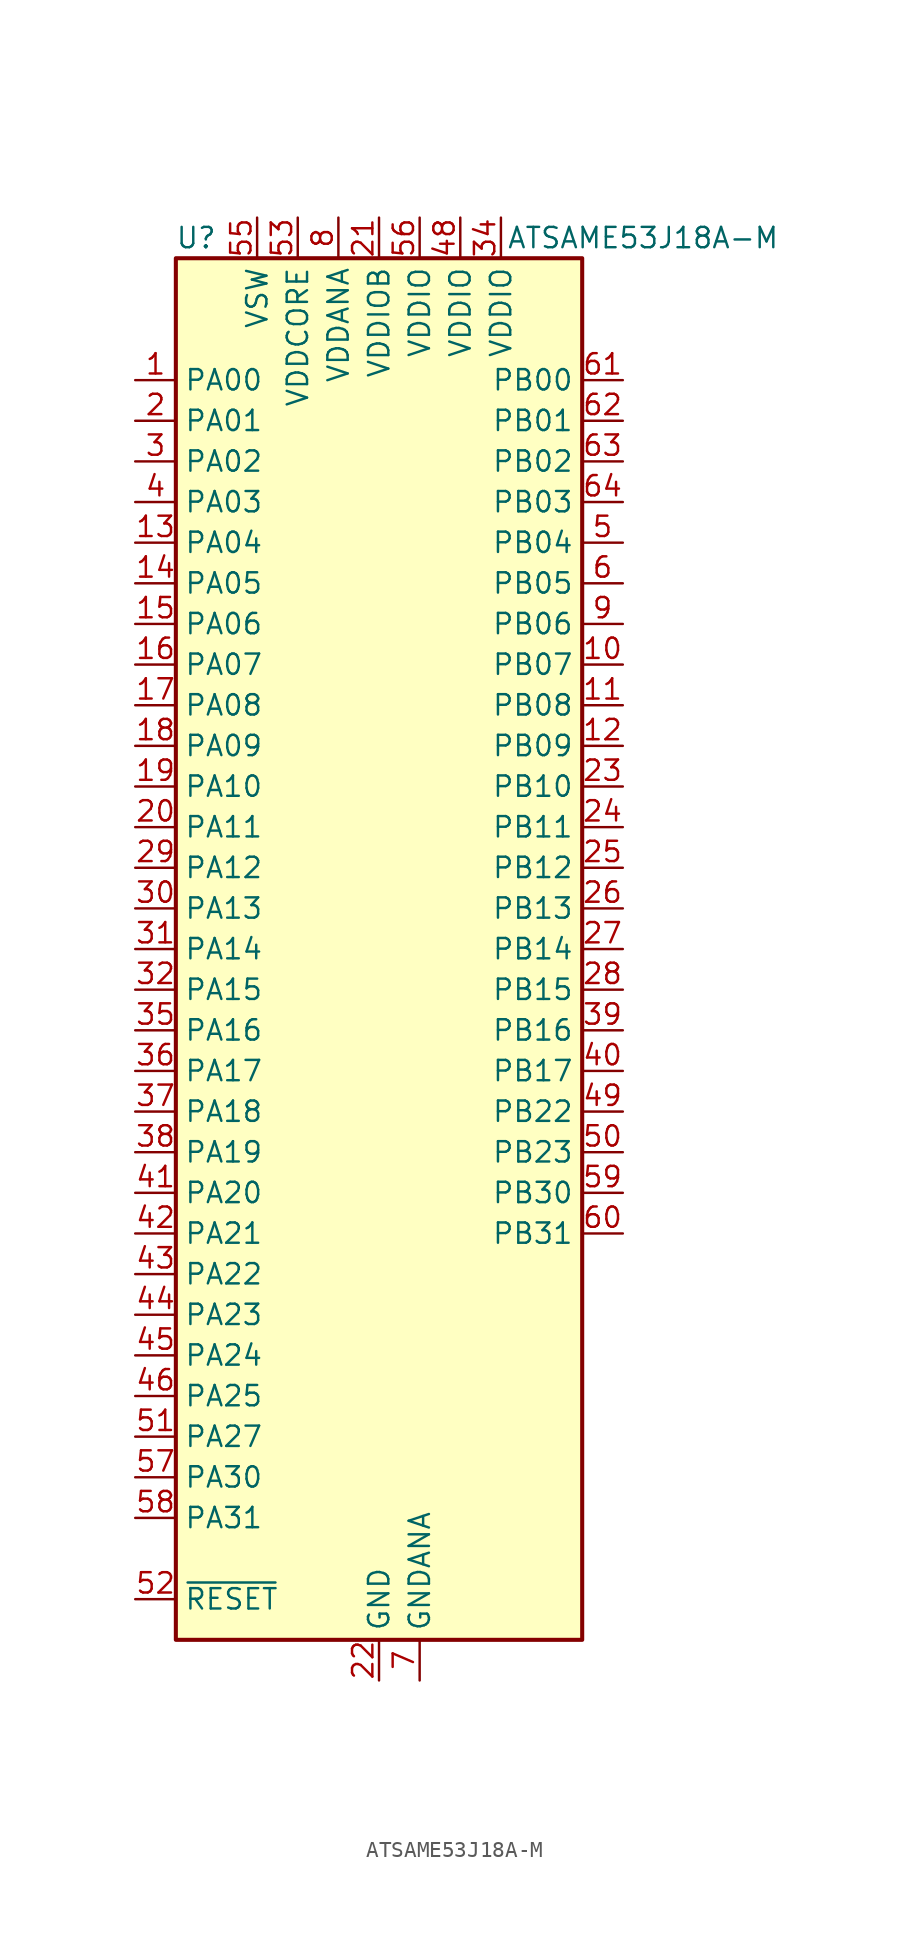
<source format=kicad_sym>
(kicad_symbol_lib
  (version 20201005)
  (generator kicad_symbol_editor)
  (symbol "MCU_Microchip_SAME:ATSAME53J18A-M"
    (property "Reference" "U"
      (at -11.43 44.45 0)
      (effects (font (size 1.27 1.27))))
    (property "Value" "ATSAME53J18A-M"
      (at 16.51 44.45 0)
      (effects (font (size 1.27 1.27))))
    (symbol "ATSAME53J18A-M_0_1"
      (rectangle (start -12.7 43.18) (end 12.7 -43.18) (stroke (width 0.254)) (fill (type background))))
    (symbol "ATSAME53J18A-M_1_1"
      (pin bidirectional line (at -15.24 35.56 0) (length 2.54) (name "PA00" (effects (font (size 1.27 1.27)))) (number "1" (effects (font (size 1.27 1.27)))))
      (pin bidirectional line (at 15.24 17.78 180) (length 2.54) (name "PB07" (effects (font (size 1.27 1.27)))) (number "10" (effects (font (size 1.27 1.27)))))
      (pin bidirectional line (at 15.24 15.24 180) (length 2.54) (name "PB08" (effects (font (size 1.27 1.27)))) (number "11" (effects (font (size 1.27 1.27)))))
      (pin bidirectional line (at 15.24 12.7 180) (length 2.54) (name "PB09" (effects (font (size 1.27 1.27)))) (number "12" (effects (font (size 1.27 1.27)))))
      (pin bidirectional line (at -15.24 25.4 0) (length 2.54) (name "PA04" (effects (font (size 1.27 1.27)))) (number "13" (effects (font (size 1.27 1.27)))))
      (pin bidirectional line (at -15.24 22.86 0) (length 2.54) (name "PA05" (effects (font (size 1.27 1.27)))) (number "14" (effects (font (size 1.27 1.27)))))
      (pin bidirectional line (at -15.24 20.32 0) (length 2.54) (name "PA06" (effects (font (size 1.27 1.27)))) (number "15" (effects (font (size 1.27 1.27)))))
      (pin bidirectional line (at -15.24 17.78 0) (length 2.54) (name "PA07" (effects (font (size 1.27 1.27)))) (number "16" (effects (font (size 1.27 1.27)))))
      (pin bidirectional line (at -15.24 15.24 0) (length 2.54) (name "PA08" (effects (font (size 1.27 1.27)))) (number "17" (effects (font (size 1.27 1.27)))))
      (pin bidirectional line (at -15.24 12.7 0) (length 2.54) (name "PA09" (effects (font (size 1.27 1.27)))) (number "18" (effects (font (size 1.27 1.27)))))
      (pin bidirectional line (at -15.24 10.16 0) (length 2.54) (name "PA10" (effects (font (size 1.27 1.27)))) (number "19" (effects (font (size 1.27 1.27)))))
      (pin bidirectional line (at -15.24 33.02 0) (length 2.54) (name "PA01" (effects (font (size 1.27 1.27)))) (number "2" (effects (font (size 1.27 1.27)))))
      (pin bidirectional line (at -15.24 7.62 0) (length 2.54) (name "PA11" (effects (font (size 1.27 1.27)))) (number "20" (effects (font (size 1.27 1.27)))))
      (pin power_in line (at 0 45.72 270) (length 2.54) (name "VDDIOB" (effects (font (size 1.27 1.27)))) (number "21" (effects (font (size 1.27 1.27)))))
      (pin power_in line (at 0 -45.72 90) (length 2.54) (name "GND" (effects (font (size 1.27 1.27)))) (number "22" (effects (font (size 1.27 1.27)))))
      (pin bidirectional line (at 15.24 10.16 180) (length 2.54) (name "PB10" (effects (font (size 1.27 1.27)))) (number "23" (effects (font (size 1.27 1.27)))))
      (pin bidirectional line (at 15.24 7.62 180) (length 2.54) (name "PB11" (effects (font (size 1.27 1.27)))) (number "24" (effects (font (size 1.27 1.27)))))
      (pin bidirectional line (at 15.24 5.08 180) (length 2.54) (name "PB12" (effects (font (size 1.27 1.27)))) (number "25" (effects (font (size 1.27 1.27)))))
      (pin bidirectional line (at 15.24 2.54 180) (length 2.54) (name "PB13" (effects (font (size 1.27 1.27)))) (number "26" (effects (font (size 1.27 1.27)))))
      (pin bidirectional line (at 15.24 0 180) (length 2.54) (name "PB14" (effects (font (size 1.27 1.27)))) (number "27" (effects (font (size 1.27 1.27)))))
      (pin bidirectional line (at 15.24 -2.54 180) (length 2.54) (name "PB15" (effects (font (size 1.27 1.27)))) (number "28" (effects (font (size 1.27 1.27)))))
      (pin bidirectional line (at -15.24 5.08 0) (length 2.54) (name "PA12" (effects (font (size 1.27 1.27)))) (number "29" (effects (font (size 1.27 1.27)))))
      (pin bidirectional line (at -15.24 30.48 0) (length 2.54) (name "PA02" (effects (font (size 1.27 1.27)))) (number "3" (effects (font (size 1.27 1.27)))))
      (pin bidirectional line (at -15.24 2.54 0) (length 2.54) (name "PA13" (effects (font (size 1.27 1.27)))) (number "30" (effects (font (size 1.27 1.27)))))
      (pin bidirectional line (at -15.24 0 0) (length 2.54) (name "PA14" (effects (font (size 1.27 1.27)))) (number "31" (effects (font (size 1.27 1.27)))))
      (pin bidirectional line (at -15.24 -2.54 0) (length 2.54) (name "PA15" (effects (font (size 1.27 1.27)))) (number "32" (effects (font (size 1.27 1.27)))))
      (pin passive line (at 0 -45.72 90) (length 2.54) hide (name "GND" (effects (font (size 1.27 1.27)))) (number "33" (effects (font (size 1.27 1.27)))))
      (pin power_in line (at 7.62 45.72 270) (length 2.54) (name "VDDIO" (effects (font (size 1.27 1.27)))) (number "34" (effects (font (size 1.27 1.27)))))
      (pin bidirectional line (at -15.24 -5.08 0) (length 2.54) (name "PA16" (effects (font (size 1.27 1.27)))) (number "35" (effects (font (size 1.27 1.27)))))
      (pin bidirectional line (at -15.24 -7.62 0) (length 2.54) (name "PA17" (effects (font (size 1.27 1.27)))) (number "36" (effects (font (size 1.27 1.27)))))
      (pin bidirectional line (at -15.24 -10.16 0) (length 2.54) (name "PA18" (effects (font (size 1.27 1.27)))) (number "37" (effects (font (size 1.27 1.27)))))
      (pin bidirectional line (at -15.24 -12.7 0) (length 2.54) (name "PA19" (effects (font (size 1.27 1.27)))) (number "38" (effects (font (size 1.27 1.27)))))
      (pin bidirectional line (at 15.24 -5.08 180) (length 2.54) (name "PB16" (effects (font (size 1.27 1.27)))) (number "39" (effects (font (size 1.27 1.27)))))
      (pin bidirectional line (at -15.24 27.94 0) (length 2.54) (name "PA03" (effects (font (size 1.27 1.27)))) (number "4" (effects (font (size 1.27 1.27)))))
      (pin bidirectional line (at 15.24 -7.62 180) (length 2.54) (name "PB17" (effects (font (size 1.27 1.27)))) (number "40" (effects (font (size 1.27 1.27)))))
      (pin bidirectional line (at -15.24 -15.24 0) (length 2.54) (name "PA20" (effects (font (size 1.27 1.27)))) (number "41" (effects (font (size 1.27 1.27)))))
      (pin bidirectional line (at -15.24 -17.78 0) (length 2.54) (name "PA21" (effects (font (size 1.27 1.27)))) (number "42" (effects (font (size 1.27 1.27)))))
      (pin bidirectional line (at -15.24 -20.32 0) (length 2.54) (name "PA22" (effects (font (size 1.27 1.27)))) (number "43" (effects (font (size 1.27 1.27)))))
      (pin bidirectional line (at -15.24 -22.86 0) (length 2.54) (name "PA23" (effects (font (size 1.27 1.27)))) (number "44" (effects (font (size 1.27 1.27)))))
      (pin bidirectional line (at -15.24 -25.4 0) (length 2.54) (name "PA24" (effects (font (size 1.27 1.27)))) (number "45" (effects (font (size 1.27 1.27)))))
      (pin bidirectional line (at -15.24 -27.94 0) (length 2.54) (name "PA25" (effects (font (size 1.27 1.27)))) (number "46" (effects (font (size 1.27 1.27)))))
      (pin passive line (at 0 -45.72 90) (length 2.54) hide (name "GND" (effects (font (size 1.27 1.27)))) (number "47" (effects (font (size 1.27 1.27)))))
      (pin power_in line (at 5.08 45.72 270) (length 2.54) (name "VDDIO" (effects (font (size 1.27 1.27)))) (number "48" (effects (font (size 1.27 1.27)))))
      (pin bidirectional line (at 15.24 -10.16 180) (length 2.54) (name "PB22" (effects (font (size 1.27 1.27)))) (number "49" (effects (font (size 1.27 1.27)))))
      (pin bidirectional line (at 15.24 25.4 180) (length 2.54) (name "PB04" (effects (font (size 1.27 1.27)))) (number "5" (effects (font (size 1.27 1.27)))))
      (pin bidirectional line (at 15.24 -12.7 180) (length 2.54) (name "PB23" (effects (font (size 1.27 1.27)))) (number "50" (effects (font (size 1.27 1.27)))))
      (pin bidirectional line (at -15.24 -30.48 0) (length 2.54) (name "PA27" (effects (font (size 1.27 1.27)))) (number "51" (effects (font (size 1.27 1.27)))))
      (pin input line (at -15.24 -40.64 0) (length 2.54) (name "~RESET" (effects (font (size 1.27 1.27)))) (number "52" (effects (font (size 1.27 1.27)))))
      (pin power_out line (at -5.08 45.72 270) (length 2.54) (name "VDDCORE" (effects (font (size 1.27 1.27)))) (number "53" (effects (font (size 1.27 1.27)))))
      (pin passive line (at 0 -45.72 90) (length 2.54) hide (name "GND" (effects (font (size 1.27 1.27)))) (number "54" (effects (font (size 1.27 1.27)))))
      (pin power_in line (at -7.62 45.72 270) (length 2.54) (name "VSW" (effects (font (size 1.27 1.27)))) (number "55" (effects (font (size 1.27 1.27)))))
      (pin power_in line (at 2.54 45.72 270) (length 2.54) (name "VDDIO" (effects (font (size 1.27 1.27)))) (number "56" (effects (font (size 1.27 1.27)))))
      (pin bidirectional line (at -15.24 -33.02 0) (length 2.54) (name "PA30" (effects (font (size 1.27 1.27)))) (number "57" (effects (font (size 1.27 1.27)))))
      (pin bidirectional line (at -15.24 -35.56 0) (length 2.54) (name "PA31" (effects (font (size 1.27 1.27)))) (number "58" (effects (font (size 1.27 1.27)))))
      (pin bidirectional line (at 15.24 -15.24 180) (length 2.54) (name "PB30" (effects (font (size 1.27 1.27)))) (number "59" (effects (font (size 1.27 1.27)))))
      (pin bidirectional line (at 15.24 22.86 180) (length 2.54) (name "PB05" (effects (font (size 1.27 1.27)))) (number "6" (effects (font (size 1.27 1.27)))))
      (pin bidirectional line (at 15.24 -17.78 180) (length 2.54) (name "PB31" (effects (font (size 1.27 1.27)))) (number "60" (effects (font (size 1.27 1.27)))))
      (pin bidirectional line (at 15.24 35.56 180) (length 2.54) (name "PB00" (effects (font (size 1.27 1.27)))) (number "61" (effects (font (size 1.27 1.27)))))
      (pin bidirectional line (at 15.24 33.02 180) (length 2.54) (name "PB01" (effects (font (size 1.27 1.27)))) (number "62" (effects (font (size 1.27 1.27)))))
      (pin bidirectional line (at 15.24 30.48 180) (length 2.54) (name "PB02" (effects (font (size 1.27 1.27)))) (number "63" (effects (font (size 1.27 1.27)))))
      (pin bidirectional line (at 15.24 27.94 180) (length 2.54) (name "PB03" (effects (font (size 1.27 1.27)))) (number "64" (effects (font (size 1.27 1.27)))))
      (pin passive line (at 0 -45.72 90) (length 2.54) hide (name "GND" (effects (font (size 1.27 1.27)))) (number "65" (effects (font (size 1.27 1.27)))))
      (pin power_in line (at 2.54 -45.72 90) (length 2.54) (name "GNDANA" (effects (font (size 1.27 1.27)))) (number "7" (effects (font (size 1.27 1.27)))))
      (pin power_in line (at -2.54 45.72 270) (length 2.54) (name "VDDANA" (effects (font (size 1.27 1.27)))) (number "8" (effects (font (size 1.27 1.27)))))
      (pin bidirectional line (at 15.24 20.32 180) (length 2.54) (name "PB06" (effects (font (size 1.27 1.27)))) (number "9" (effects (font (size 1.27 1.27))))))))
</source>
